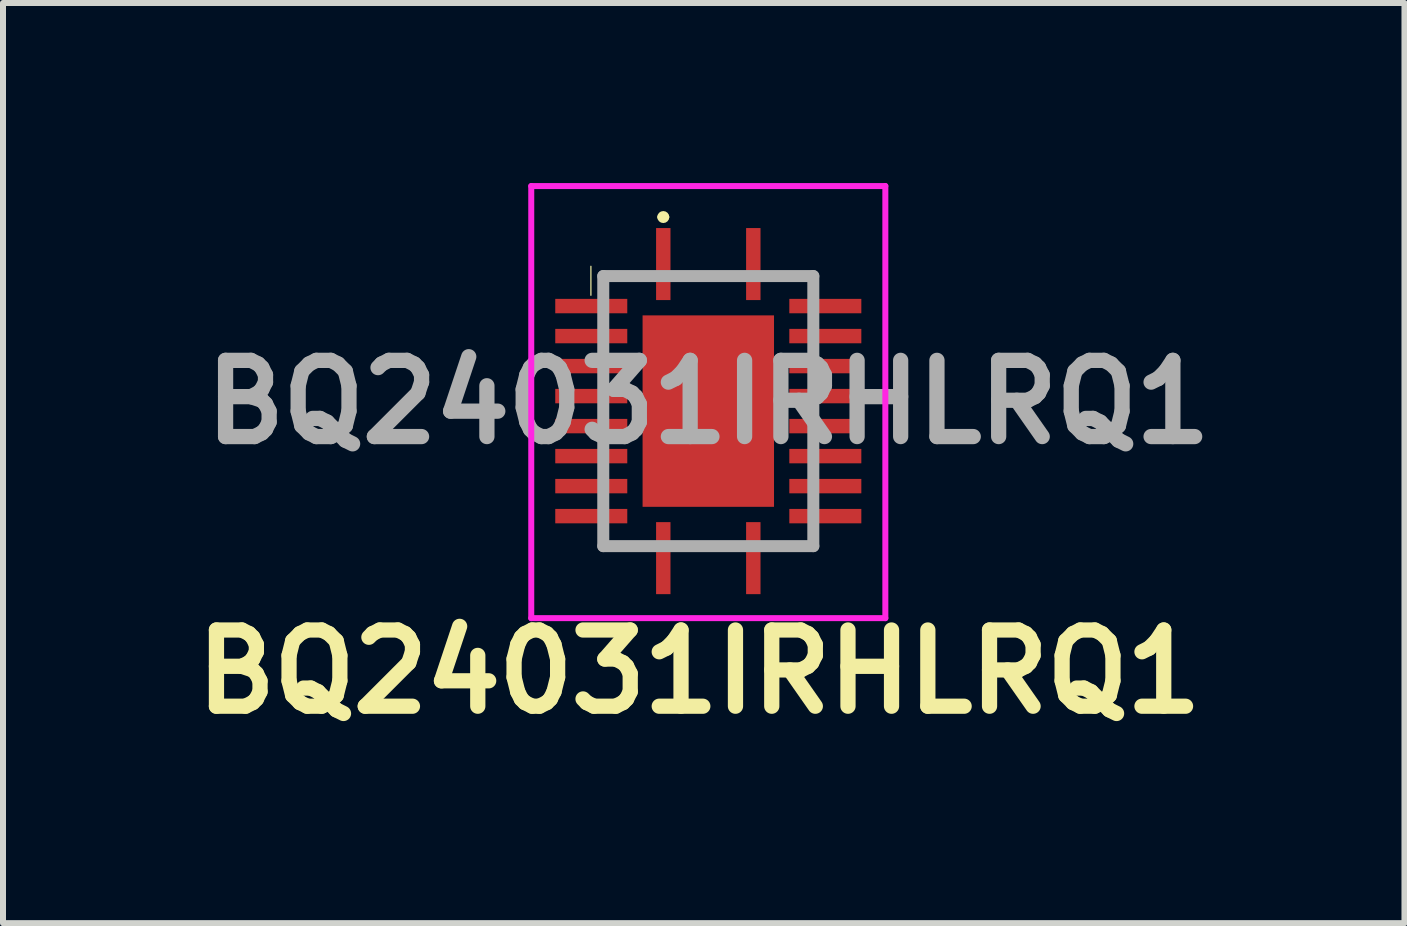
<source format=kicad_pcb>
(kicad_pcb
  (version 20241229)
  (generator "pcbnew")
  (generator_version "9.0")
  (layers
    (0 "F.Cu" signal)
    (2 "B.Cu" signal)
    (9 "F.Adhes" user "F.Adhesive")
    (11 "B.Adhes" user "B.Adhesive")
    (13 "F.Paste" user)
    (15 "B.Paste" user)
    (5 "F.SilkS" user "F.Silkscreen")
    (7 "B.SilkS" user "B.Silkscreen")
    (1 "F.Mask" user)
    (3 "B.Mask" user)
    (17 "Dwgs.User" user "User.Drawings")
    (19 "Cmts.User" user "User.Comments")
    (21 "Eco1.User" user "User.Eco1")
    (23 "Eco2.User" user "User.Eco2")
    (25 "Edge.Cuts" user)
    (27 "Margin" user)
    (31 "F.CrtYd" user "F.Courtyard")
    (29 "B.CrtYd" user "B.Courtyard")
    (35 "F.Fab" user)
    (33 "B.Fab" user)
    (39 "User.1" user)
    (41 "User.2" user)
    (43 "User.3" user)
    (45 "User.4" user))
  (footprint "BQ24031IRHLRQ1"
    (layer "F.Cu")
    (at 8.752 3.8)
    (property "Reference" "BQ24031IRHLRQ1" (at -0.152 4.343 0) (layer "F.SilkS") (effects (font (size 1.27 1.27) (thickness 0.254))))
    (attr smd)
    (fp_line (start -1.956 -1.93) (end -1.956 -2.413) (stroke (width 0.02) (type solid)) (layer "F.SilkS"))
    (fp_line (start -1.65 2.25) (end -1 2.25) (stroke (width 0.1) (type solid)) (layer "F.SilkS"))
    (fp_line (start -1 -2.25) (end -1.65 -2.25) (stroke (width 0.1) (type solid)) (layer "F.SilkS"))
    (fp_line (start -0.762 -3.226) (end -0.762 -3.226) (stroke (width 0.1) (type solid)) (layer "F.SilkS"))
    (fp_line (start -0.737 -3.226) (end -0.737 -3.226) (stroke (width 0.1) (type solid)) (layer "F.SilkS"))
    (fp_line (start -0.5 -2.25) (end 0.5 -2.25) (stroke (width 0.1) (type solid)) (layer "F.SilkS"))
    (fp_line (start -0.5 2.25) (end 0.5 2.25) (stroke (width 0.1) (type solid)) (layer "F.SilkS"))
    (fp_line (start 1 -2.25) (end 1.65 -2.25) (stroke (width 0.1) (type solid)) (layer "F.SilkS"))
    (fp_line (start 1 2.25) (end 1.65 2.25) (stroke (width 0.1) (type solid)) (layer "F.SilkS"))
    (fp_arc (start -0.8 -3.2334) (mid -0.75 -3.2834) (end -0.7 -3.2334) (stroke (width 0.1) (type solid)) (layer "F.SilkS"))
    (fp_arc (start -0.7 -3.2334) (mid -0.75 -3.1834) (end -0.8 -3.2334) (stroke (width 0.1) (type solid)) (layer "F.SilkS"))
    (fp_line (start -2.95 -3.75) (end 2.95 -3.75) (stroke (width 0.1) (type solid)) (layer "F.CrtYd"))
    (fp_line (start -2.95 3.45) (end -2.95 -3.75) (stroke (width 0.1) (type solid)) (layer "F.CrtYd"))
    (fp_line (start 2.95 -3.75) (end 2.95 3.45) (stroke (width 0.1) (type solid)) (layer "F.CrtYd"))
    (fp_line (start 2.95 3.45) (end -2.95 3.45) (stroke (width 0.1) (type solid)) (layer "F.CrtYd"))
    (fp_line (start -1.75 -2.25) (end 1.75 -2.25) (stroke (width 0.2) (type solid)) (layer "F.Fab"))
    (fp_line (start -1.75 2.25) (end -1.75 -2.25) (stroke (width 0.2) (type solid)) (layer "F.Fab"))
    (fp_line (start 1.75 -2.25) (end 1.75 2.25) (stroke (width 0.2) (type solid)) (layer "F.Fab"))
    (fp_line (start 1.75 2.25) (end -1.75 2.25) (stroke (width 0.2) (type solid)) (layer "F.Fab"))
    (fp_text user "${REFERENCE}" (at 0 -0.15 0) (layer "F.Fab") (effects (font (size 1.27 1.27) (thickness 0.254))))
    (pad "1" smd rect (at -0.75 -2.45) (size 0.24 1.2) (layers "F.Cu" "F.Mask" "F.Paste"))
    (pad "2" smd rect (at -1.95 -1.75 90) (size 0.24 1.2) (layers "F.Cu" "F.Mask" "F.Paste"))
    (pad "3" smd rect (at -1.95 -1.25 90) (size 0.24 1.2) (layers "F.Cu" "F.Mask" "F.Paste"))
    (pad "4" smd rect (at -1.95 -0.75 90) (size 0.24 1.2) (layers "F.Cu" "F.Mask" "F.Paste"))
    (pad "5" smd rect (at -1.95 -0.25 90) (size 0.24 1.2) (layers "F.Cu" "F.Mask" "F.Paste"))
    (pad "6" smd rect (at -1.95 0.25 90) (size 0.24 1.2) (layers "F.Cu" "F.Mask" "F.Paste"))
    (pad "7" smd rect (at -1.95 0.75 90) (size 0.24 1.2) (layers "F.Cu" "F.Mask" "F.Paste"))
    (pad "8" smd rect (at -1.95 1.25 90) (size 0.24 1.2) (layers "F.Cu" "F.Mask" "F.Paste"))
    (pad "9" smd rect (at -1.95 1.75 90) (size 0.24 1.2) (layers "F.Cu" "F.Mask" "F.Paste"))
    (pad "10" smd rect (at -0.75 2.45) (size 0.24 1.2) (layers "F.Cu" "F.Mask" "F.Paste"))
    (pad "11" smd rect (at 0.75 2.45) (size 0.24 1.2) (layers "F.Cu" "F.Mask" "F.Paste"))
    (pad "12" smd rect (at 1.95 1.75 90) (size 0.24 1.2) (layers "F.Cu" "F.Mask" "F.Paste"))
    (pad "13" smd rect (at 1.95 1.25 90) (size 0.24 1.2) (layers "F.Cu" "F.Mask" "F.Paste"))
    (pad "14" smd rect (at 1.95 0.75 90) (size 0.24 1.2) (layers "F.Cu" "F.Mask" "F.Paste"))
    (pad "15" smd rect (at 1.95 0.25 90) (size 0.24 1.2) (layers "F.Cu" "F.Mask" "F.Paste"))
    (pad "16" smd rect (at 1.95 -0.25 90) (size 0.24 1.2) (layers "F.Cu" "F.Mask" "F.Paste"))
    (pad "17" smd rect (at 1.95 -0.75 90) (size 0.24 1.2) (layers "F.Cu" "F.Mask" "F.Paste"))
    (pad "18" smd rect (at 1.95 -1.25 90) (size 0.24 1.2) (layers "F.Cu" "F.Mask" "F.Paste"))
    (pad "19" smd rect (at 1.95 -1.75 90) (size 0.24 1.2) (layers "F.Cu" "F.Mask" "F.Paste"))
    (pad "20" smd rect (at 0.75 -2.45) (size 0.24 1.2) (layers "F.Cu" "F.Mask" "F.Paste"))
    (pad "21" smd rect (at 0 0) (size 2.19 3.19) (layers "F.Cu" "F.Mask" "F.Paste")))
  (gr_rect
    (start -3 -3)
    (end 20.352 12.332)
    (stroke (width 0.1) (type default))
    (fill no)
    (layer "Edge.Cuts")))
</source>
